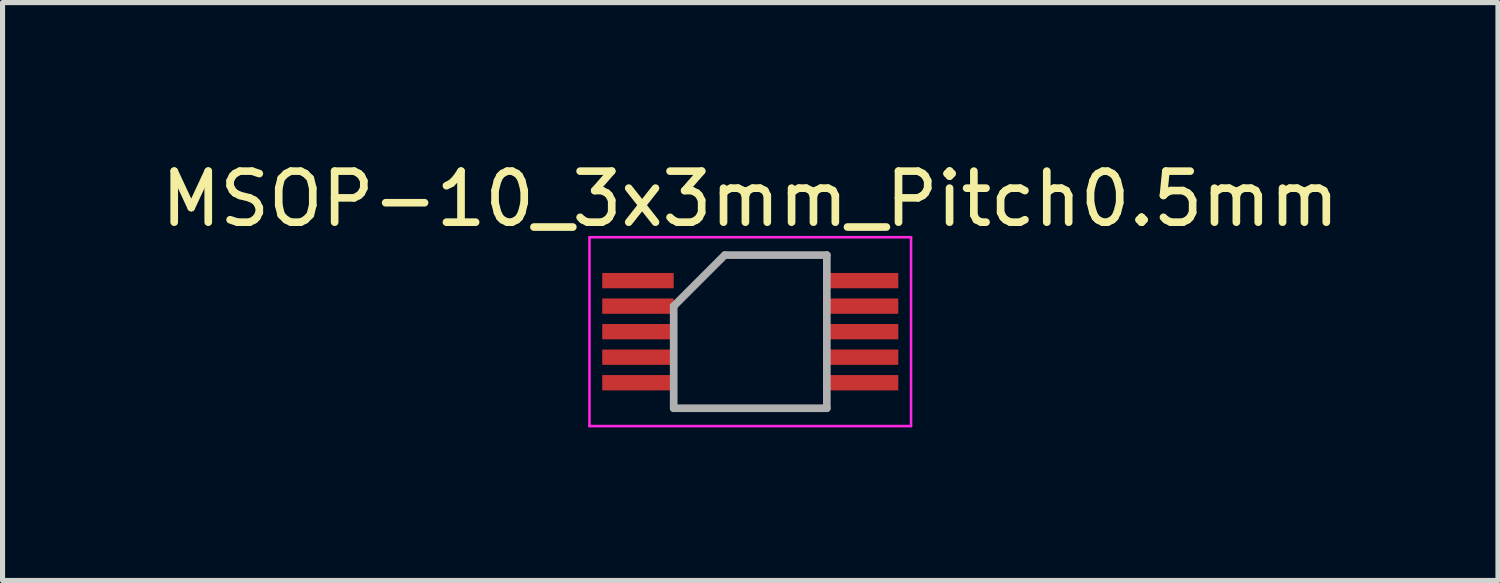
<source format=kicad_pcb>
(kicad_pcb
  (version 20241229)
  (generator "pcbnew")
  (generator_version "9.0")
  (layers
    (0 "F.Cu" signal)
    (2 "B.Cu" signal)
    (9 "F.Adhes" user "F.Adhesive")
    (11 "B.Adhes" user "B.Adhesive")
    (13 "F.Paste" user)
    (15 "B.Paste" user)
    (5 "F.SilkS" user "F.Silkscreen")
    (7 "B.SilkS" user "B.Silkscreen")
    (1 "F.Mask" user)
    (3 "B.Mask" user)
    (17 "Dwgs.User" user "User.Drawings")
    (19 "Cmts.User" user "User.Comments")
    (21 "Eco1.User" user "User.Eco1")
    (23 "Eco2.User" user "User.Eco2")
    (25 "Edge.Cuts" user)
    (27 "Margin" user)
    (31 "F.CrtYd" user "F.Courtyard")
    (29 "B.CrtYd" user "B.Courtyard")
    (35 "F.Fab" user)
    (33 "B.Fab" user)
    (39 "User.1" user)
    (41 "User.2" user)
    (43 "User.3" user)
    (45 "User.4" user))
  (footprint "MSOP-10_3x3mm_Pitch0.5mm"
    (layer "F.Cu")
    (at 11.649 3.448)
    (property "Reference" "MSOP-10_3x3mm_Pitch0.5mm" (at 0 -2.6 0) (layer "F.SilkS") (effects (font (size 1 1) (thickness 0.15))))
    (attr smd)
    (fp_line (start -3.15 -1.85) (end -3.15 1.85) (stroke (width 0.05) (type solid)) (layer "F.CrtYd"))
    (fp_line (start -3.15 -1.85) (end 3.15 -1.85) (stroke (width 0.05) (type solid)) (layer "F.CrtYd"))
    (fp_line (start -3.15 1.85) (end 3.15 1.85) (stroke (width 0.05) (type solid)) (layer "F.CrtYd"))
    (fp_line (start 3.15 -1.85) (end 3.15 1.85) (stroke (width 0.05) (type solid)) (layer "F.CrtYd"))
    (fp_line (start -1.5 -0.5) (end -0.5 -1.5) (stroke (width 0.15) (type solid)) (layer "F.Fab"))
    (fp_line (start -1.5 1.5) (end -1.5 -0.5) (stroke (width 0.15) (type solid)) (layer "F.Fab"))
    (fp_line (start -0.5 -1.5) (end 1.5 -1.5) (stroke (width 0.15) (type solid)) (layer "F.Fab"))
    (fp_line (start 1.5 -1.5) (end 1.5 1.5) (stroke (width 0.15) (type solid)) (layer "F.Fab"))
    (fp_line (start 1.5 1.5) (end -1.5 1.5) (stroke (width 0.15) (type solid)) (layer "F.Fab"))
    (pad "1" smd rect (at -2.2 -1) (size 1.4 0.3) (layers "F.Cu" "F.Mask" "F.Paste"))
    (pad "2" smd rect (at -2.2 -0.5) (size 1.4 0.3) (layers "F.Cu" "F.Mask" "F.Paste"))
    (pad "3" smd rect (at -2.2 0) (size 1.4 0.3) (layers "F.Cu" "F.Mask" "F.Paste"))
    (pad "4" smd rect (at -2.2 0.5) (size 1.4 0.3) (layers "F.Cu" "F.Mask" "F.Paste"))
    (pad "5" smd rect (at -2.2 1) (size 1.4 0.3) (layers "F.Cu" "F.Mask" "F.Paste"))
    (pad "6" smd rect (at 2.2 1) (size 1.4 0.3) (layers "F.Cu" "F.Mask" "F.Paste"))
    (pad "7" smd rect (at 2.2 0.5) (size 1.4 0.3) (layers "F.Cu" "F.Mask" "F.Paste"))
    (pad "8" smd rect (at 2.2 0) (size 1.4 0.3) (layers "F.Cu" "F.Mask" "F.Paste"))
    (pad "9" smd rect (at 2.2 -0.5) (size 1.4 0.3) (layers "F.Cu" "F.Mask" "F.Paste"))
    (pad "10" smd rect (at 2.2 -1) (size 1.4 0.3) (layers "F.Cu" "F.Mask" "F.Paste")))
  (gr_rect
    (start -3 -3)
    (end 26.298 8.323)
    (stroke (width 0.1) (type default))
    (fill no)
    (layer "Edge.Cuts")))
</source>
